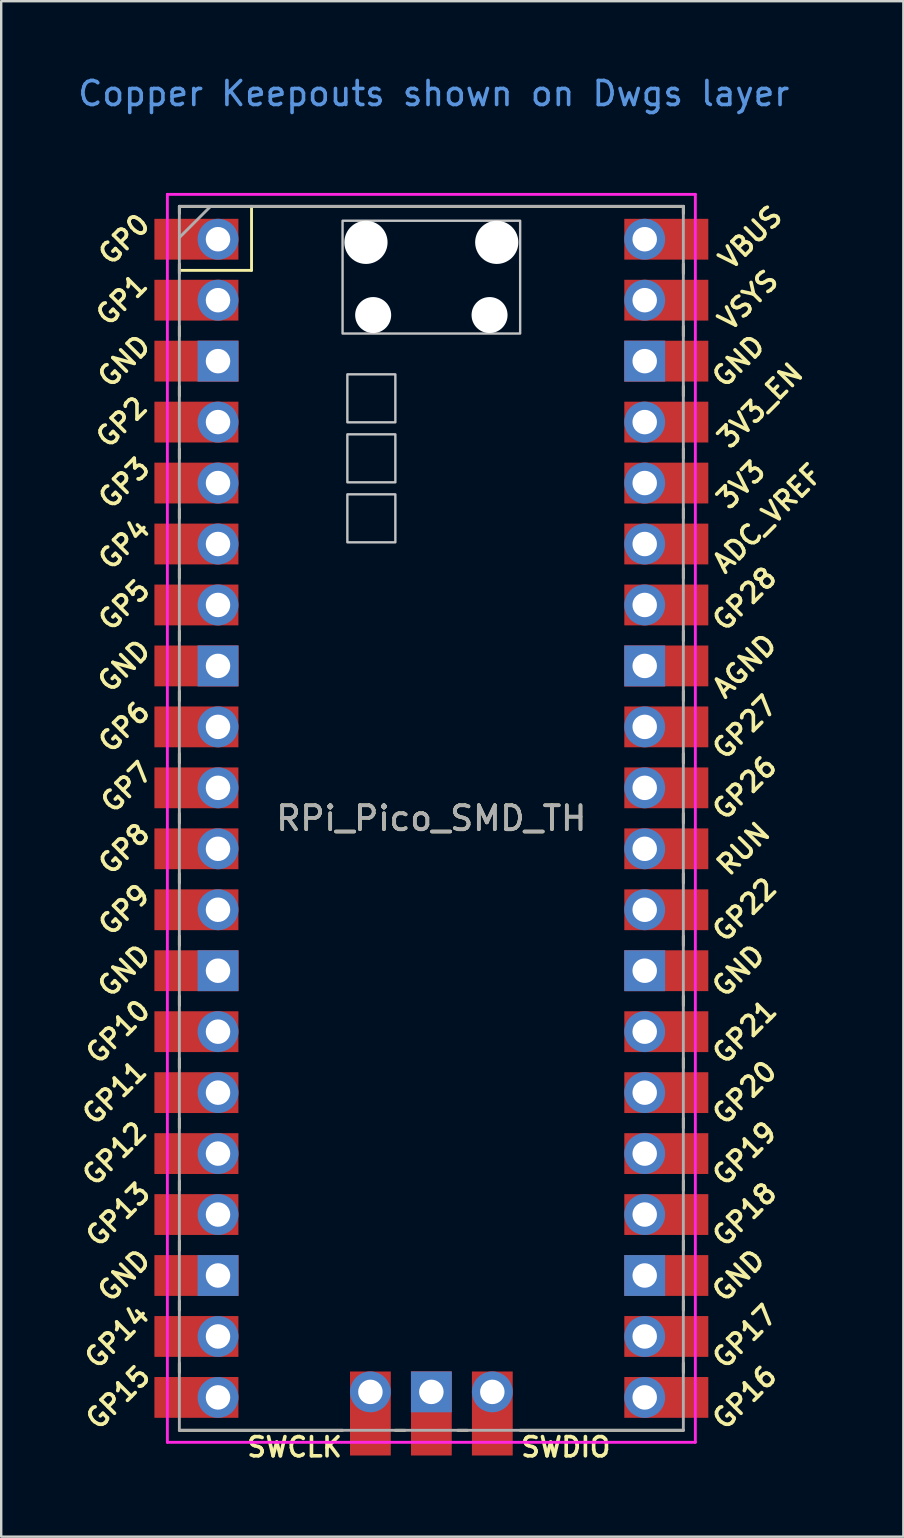
<source format=kicad_pcb>
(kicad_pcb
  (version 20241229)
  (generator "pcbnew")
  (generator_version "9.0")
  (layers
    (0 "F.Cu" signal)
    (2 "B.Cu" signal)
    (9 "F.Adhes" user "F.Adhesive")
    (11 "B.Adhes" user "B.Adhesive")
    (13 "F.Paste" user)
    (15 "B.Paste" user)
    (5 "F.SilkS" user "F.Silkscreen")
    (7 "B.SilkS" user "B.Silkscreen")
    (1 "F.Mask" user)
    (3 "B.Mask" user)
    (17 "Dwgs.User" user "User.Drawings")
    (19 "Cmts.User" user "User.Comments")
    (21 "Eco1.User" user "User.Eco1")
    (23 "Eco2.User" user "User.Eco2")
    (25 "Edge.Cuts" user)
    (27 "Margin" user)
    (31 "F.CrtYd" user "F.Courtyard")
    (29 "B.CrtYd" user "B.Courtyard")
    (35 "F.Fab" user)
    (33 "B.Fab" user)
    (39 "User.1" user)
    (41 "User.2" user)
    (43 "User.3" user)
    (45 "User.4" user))
  (footprint "RPi_Pico_SMD_TH"
    (layer "F.Cu")
    (at 14.924 31.048)
    (property "Reference" "RPi_Pico_SMD_TH" (at 0 0 0) (layer "F.SilkS") (effects (font (size 1 1) (thickness 0.15))))
    (attr through_hole)
    (fp_line (start -10.5 -25.5) (end -10.5 -25.2) (stroke (width 0.12) (type solid)) (layer "F.SilkS"))
    (fp_line (start -10.5 -25.5) (end 10.5 -25.5) (stroke (width 0.12) (type solid)) (layer "F.SilkS"))
    (fp_line (start -10.5 -23.1) (end -10.5 -22.7) (stroke (width 0.12) (type solid)) (layer "F.SilkS"))
    (fp_line (start -10.5 -22.833) (end -7.493 -22.833) (stroke (width 0.12) (type solid)) (layer "F.SilkS"))
    (fp_line (start -10.5 -20.5) (end -10.5 -20.1) (stroke (width 0.12) (type solid)) (layer "F.SilkS"))
    (fp_line (start -10.5 -18) (end -10.5 -17.6) (stroke (width 0.12) (type solid)) (layer "F.SilkS"))
    (fp_line (start -10.5 -15.4) (end -10.5 -15) (stroke (width 0.12) (type solid)) (layer "F.SilkS"))
    (fp_line (start -10.5 -12.9) (end -10.5 -12.5) (stroke (width 0.12) (type solid)) (layer "F.SilkS"))
    (fp_line (start -10.5 -10.4) (end -10.5 -10) (stroke (width 0.12) (type solid)) (layer "F.SilkS"))
    (fp_line (start -10.5 -7.8) (end -10.5 -7.4) (stroke (width 0.12) (type solid)) (layer "F.SilkS"))
    (fp_line (start -10.5 -5.3) (end -10.5 -4.9) (stroke (width 0.12) (type solid)) (layer "F.SilkS"))
    (fp_line (start -10.5 -2.7) (end -10.5 -2.3) (stroke (width 0.12) (type solid)) (layer "F.SilkS"))
    (fp_line (start -10.5 -0.2) (end -10.5 0.2) (stroke (width 0.12) (type solid)) (layer "F.SilkS"))
    (fp_line (start -10.5 2.3) (end -10.5 2.7) (stroke (width 0.12) (type solid)) (layer "F.SilkS"))
    (fp_line (start -10.5 4.9) (end -10.5 5.3) (stroke (width 0.12) (type solid)) (layer "F.SilkS"))
    (fp_line (start -10.5 7.4) (end -10.5 7.8) (stroke (width 0.12) (type solid)) (layer "F.SilkS"))
    (fp_line (start -10.5 10) (end -10.5 10.4) (stroke (width 0.12) (type solid)) (layer "F.SilkS"))
    (fp_line (start -10.5 12.5) (end -10.5 12.9) (stroke (width 0.12) (type solid)) (layer "F.SilkS"))
    (fp_line (start -10.5 15.1) (end -10.5 15.5) (stroke (width 0.12) (type solid)) (layer "F.SilkS"))
    (fp_line (start -10.5 17.6) (end -10.5 18) (stroke (width 0.12) (type solid)) (layer "F.SilkS"))
    (fp_line (start -10.5 20.1) (end -10.5 20.5) (stroke (width 0.12) (type solid)) (layer "F.SilkS"))
    (fp_line (start -10.5 22.7) (end -10.5 23.1) (stroke (width 0.12) (type solid)) (layer "F.SilkS"))
    (fp_line (start -7.493 -22.833) (end -7.493 -25.5) (stroke (width 0.12) (type solid)) (layer "F.SilkS"))
    (fp_line (start -3.7 25.5) (end -10.5 25.5) (stroke (width 0.12) (type solid)) (layer "F.SilkS"))
    (fp_line (start -1.5 25.5) (end -1.1 25.5) (stroke (width 0.12) (type solid)) (layer "F.SilkS"))
    (fp_line (start 1.1 25.5) (end 1.5 25.5) (stroke (width 0.12) (type solid)) (layer "F.SilkS"))
    (fp_line (start 10.5 -25.5) (end 10.5 -25.2) (stroke (width 0.12) (type solid)) (layer "F.SilkS"))
    (fp_line (start 10.5 -23.1) (end 10.5 -22.7) (stroke (width 0.12) (type solid)) (layer "F.SilkS"))
    (fp_line (start 10.5 -20.5) (end 10.5 -20.1) (stroke (width 0.12) (type solid)) (layer "F.SilkS"))
    (fp_line (start 10.5 -18) (end 10.5 -17.6) (stroke (width 0.12) (type solid)) (layer "F.SilkS"))
    (fp_line (start 10.5 -15.4) (end 10.5 -15) (stroke (width 0.12) (type solid)) (layer "F.SilkS"))
    (fp_line (start 10.5 -12.9) (end 10.5 -12.5) (stroke (width 0.12) (type solid)) (layer "F.SilkS"))
    (fp_line (start 10.5 -10.4) (end 10.5 -10) (stroke (width 0.12) (type solid)) (layer "F.SilkS"))
    (fp_line (start 10.5 -7.8) (end 10.5 -7.4) (stroke (width 0.12) (type solid)) (layer "F.SilkS"))
    (fp_line (start 10.5 -5.3) (end 10.5 -4.9) (stroke (width 0.12) (type solid)) (layer "F.SilkS"))
    (fp_line (start 10.5 -2.7) (end 10.5 -2.3) (stroke (width 0.12) (type solid)) (layer "F.SilkS"))
    (fp_line (start 10.5 -0.2) (end 10.5 0.2) (stroke (width 0.12) (type solid)) (layer "F.SilkS"))
    (fp_line (start 10.5 2.3) (end 10.5 2.7) (stroke (width 0.12) (type solid)) (layer "F.SilkS"))
    (fp_line (start 10.5 4.9) (end 10.5 5.3) (stroke (width 0.12) (type solid)) (layer "F.SilkS"))
    (fp_line (start 10.5 7.4) (end 10.5 7.8) (stroke (width 0.12) (type solid)) (layer "F.SilkS"))
    (fp_line (start 10.5 10) (end 10.5 10.4) (stroke (width 0.12) (type solid)) (layer "F.SilkS"))
    (fp_line (start 10.5 12.5) (end 10.5 12.9) (stroke (width 0.12) (type solid)) (layer "F.SilkS"))
    (fp_line (start 10.5 15.1) (end 10.5 15.5) (stroke (width 0.12) (type solid)) (layer "F.SilkS"))
    (fp_line (start 10.5 17.6) (end 10.5 18) (stroke (width 0.12) (type solid)) (layer "F.SilkS"))
    (fp_line (start 10.5 20.1) (end 10.5 20.5) (stroke (width 0.12) (type solid)) (layer "F.SilkS"))
    (fp_line (start 10.5 22.7) (end 10.5 23.1) (stroke (width 0.12) (type solid)) (layer "F.SilkS"))
    (fp_line (start 10.5 25.5) (end 3.7 25.5) (stroke (width 0.12) (type solid)) (layer "F.SilkS"))
    (fp_poly (pts (xy -1.5 -16.5) (xy -3.5 -16.5) (xy -3.5 -18.5) (xy -1.5 -18.5)) (stroke (width 0.1) (type solid)) (fill no) (layer "Dwgs.User"))
    (fp_poly (pts (xy -1.5 -14) (xy -3.5 -14) (xy -3.5 -16) (xy -1.5 -16)) (stroke (width 0.1) (type solid)) (fill no) (layer "Dwgs.User"))
    (fp_poly (pts (xy -1.5 -11.5) (xy -3.5 -11.5) (xy -3.5 -13.5) (xy -1.5 -13.5)) (stroke (width 0.1) (type solid)) (fill no) (layer "Dwgs.User"))
    (fp_poly (pts (xy 3.7 -20.2) (xy -3.7 -20.2) (xy -3.7 -24.9) (xy 3.7 -24.9)) (stroke (width 0.1) (type solid)) (fill no) (layer "Dwgs.User"))
    (fp_line (start -11 -26) (end 11 -26) (stroke (width 0.12) (type solid)) (layer "F.CrtYd"))
    (fp_line (start -11 26) (end -11 -26) (stroke (width 0.12) (type solid)) (layer "F.CrtYd"))
    (fp_line (start 11 -26) (end 11 26) (stroke (width 0.12) (type solid)) (layer "F.CrtYd"))
    (fp_line (start 11 26) (end -11 26) (stroke (width 0.12) (type solid)) (layer "F.CrtYd"))
    (fp_line (start -10.5 -25.5) (end 10.5 -25.5) (stroke (width 0.12) (type solid)) (layer "F.Fab"))
    (fp_line (start -10.5 -24.2) (end -9.2 -25.5) (stroke (width 0.12) (type solid)) (layer "F.Fab"))
    (fp_line (start -10.5 25.5) (end -10.5 -25.5) (stroke (width 0.12) (type solid)) (layer "F.Fab"))
    (fp_line (start 10.5 -25.5) (end 10.5 25.5) (stroke (width 0.12) (type solid)) (layer "F.Fab"))
    (fp_line (start 10.5 25.5) (end -10.5 25.5) (stroke (width 0.12) (type solid)) (layer "F.Fab"))
    (fp_text user "3V3_EN" (at 13.7 -17.2 45) (layer "F.SilkS") (effects (font (size 0.8 0.8) (thickness 0.15))))
    (fp_text user "GP26" (at 13.054 -1.27 45) (layer "F.SilkS") (effects (font (size 0.8 0.8) (thickness 0.15))))
    (fp_text user "GP20" (at 13.054 11.43 45) (layer "F.SilkS") (effects (font (size 0.8 0.8) (thickness 0.15))))
    (fp_text user "VSYS" (at 13.2 -21.59 45) (layer "F.SilkS") (effects (font (size 0.8 0.8) (thickness 0.15))))
    (fp_text user "VBUS" (at 13.3 -24.2 45) (layer "F.SilkS") (effects (font (size 0.8 0.8) (thickness 0.15))))
    (fp_text user "GP2" (at -12.9 -16.51 45) (layer "F.SilkS") (effects (font (size 0.8 0.8) (thickness 0.15))))
    (fp_text user "GP7" (at -12.7 -1.3 45) (layer "F.SilkS") (effects (font (size 0.8 0.8) (thickness 0.15))))
    (fp_text user "GP10" (at -13.054 8.89 45) (layer "F.SilkS") (effects (font (size 0.8 0.8) (thickness 0.15))))
    (fp_text user "GP0" (at -12.8 -24.13 45) (layer "F.SilkS") (effects (font (size 0.8 0.8) (thickness 0.15))))
    (fp_text user "GND" (at -12.8 6.35 45) (layer "F.SilkS") (effects (font (size 0.8 0.8) (thickness 0.15))))
    (fp_text user "GP3" (at -12.8 -13.97 45) (layer "F.SilkS") (effects (font (size 0.8 0.8) (thickness 0.15))))
    (fp_text user "ADC_VREF" (at 14 -12.5 45) (layer "F.SilkS") (effects (font (size 0.8 0.8) (thickness 0.15))))
    (fp_text user "GP1" (at -12.9 -21.6 45) (layer "F.SilkS") (effects (font (size 0.8 0.8) (thickness 0.15))))
    (fp_text user "GP12" (at -13.2 13.97 45) (layer "F.SilkS") (effects (font (size 0.8 0.8) (thickness 0.15))))
    (fp_text user "GP6" (at -12.8 -3.81 45) (layer "F.SilkS") (effects (font (size 0.8 0.8) (thickness 0.15))))
    (fp_text user "GP16" (at 13.054 24.13 45) (layer "F.SilkS") (effects (font (size 0.8 0.8) (thickness 0.15))))
    (fp_text user "GP21" (at 13.054 8.9 45) (layer "F.SilkS") (effects (font (size 0.8 0.8) (thickness 0.15))))
    (fp_text user "GND" (at -12.8 -6.35 45) (layer "F.SilkS") (effects (font (size 0.8 0.8) (thickness 0.15))))
    (fp_text user "GP18" (at 13.054 16.51 45) (layer "F.SilkS") (effects (font (size 0.8 0.8) (thickness 0.15))))
    (fp_text user "GP9" (at -12.8 3.81 45) (layer "F.SilkS") (effects (font (size 0.8 0.8) (thickness 0.15))))
    (fp_text user "GND" (at -12.8 -19.05 45) (layer "F.SilkS") (effects (font (size 0.8 0.8) (thickness 0.15))))
    (fp_text user "GND" (at -12.8 19.05 45) (layer "F.SilkS") (effects (font (size 0.8 0.8) (thickness 0.15))))
    (fp_text user "GP13" (at -13.054 16.51 45) (layer "F.SilkS") (effects (font (size 0.8 0.8) (thickness 0.15))))
    (fp_text user "GND" (at 12.8 19.05 45) (layer "F.SilkS") (effects (font (size 0.8 0.8) (thickness 0.15))))
    (fp_text user "GP27" (at 13.054 -3.8 45) (layer "F.SilkS") (effects (font (size 0.8 0.8) (thickness 0.15))))
    (fp_text user "GP4" (at -12.8 -11.43 45) (layer "F.SilkS") (effects (font (size 0.8 0.8) (thickness 0.15))))
    (fp_text user "AGND" (at 13.054 -6.35 45) (layer "F.SilkS") (effects (font (size 0.8 0.8) (thickness 0.15))))
    (fp_text user "GP22" (at 13.054 3.81 45) (layer "F.SilkS") (effects (font (size 0.8 0.8) (thickness 0.15))))
    (fp_text user "GP8" (at -12.8 1.27 45) (layer "F.SilkS") (effects (font (size 0.8 0.8) (thickness 0.15))))
    (fp_text user "RUN" (at 13 1.27 45) (layer "F.SilkS") (effects (font (size 0.8 0.8) (thickness 0.15))))
    (fp_text user "GND" (at 12.8 -19.05 45) (layer "F.SilkS") (effects (font (size 0.8 0.8) (thickness 0.15))))
    (fp_text user "GND" (at 12.8 6.35 45) (layer "F.SilkS") (effects (font (size 0.8 0.8) (thickness 0.15))))
    (fp_text user "GP28" (at 13.054 -9.144 45) (layer "F.SilkS") (effects (font (size 0.8 0.8) (thickness 0.15))))
    (fp_text user "GP17" (at 13.054 21.59 45) (layer "F.SilkS") (effects (font (size 0.8 0.8) (thickness 0.15))))
    (fp_text user "GP15" (at -13.054 24.13 45) (layer "F.SilkS") (effects (font (size 0.8 0.8) (thickness 0.15))))
    (fp_text user "SWCLK" (at -5.7 26.2 0) (layer "F.SilkS") (effects (font (size 0.8 0.8) (thickness 0.15))))
    (fp_text user "3V3" (at 12.9 -13.9 45) (layer "F.SilkS") (effects (font (size 0.8 0.8) (thickness 0.15))))
    (fp_text user "GP14" (at -13.1 21.59 45) (layer "F.SilkS") (effects (font (size 0.8 0.8) (thickness 0.15))))
    (fp_text user "GP11" (at -13.2 11.43 45) (layer "F.SilkS") (effects (font (size 0.8 0.8) (thickness 0.15))))
    (fp_text user "GP19" (at 13.054 13.97 45) (layer "F.SilkS") (effects (font (size 0.8 0.8) (thickness 0.15))))
    (fp_text user "GP5" (at -12.8 -8.89 45) (layer "F.SilkS") (effects (font (size 0.8 0.8) (thickness 0.15))))
    (fp_text user "SWDIO" (at 5.6 26.2 0) (layer "F.SilkS") (effects (font (size 0.8 0.8) (thickness 0.15))))
    (fp_text user "Copper Keepouts shown on Dwgs layer" (at 0.1 -30.2 0) (layer "Cmts.User") (effects (font (size 1 1) (thickness 0.15))))
    (fp_text user "${REFERENCE}" (at 0 0 180) (layer "F.Fab") (effects (font (size 1 1) (thickness 0.15))))
    (pad "" np_thru_hole oval (at -2.725 -24) (size 1.8 1.8) (drill 1.8) (layers "*.Cu" "*.Mask"))
    (pad "" np_thru_hole oval (at -2.425 -20.97) (size 1.5 1.5) (drill 1.5) (layers "*.Cu" "*.Mask"))
    (pad "" np_thru_hole oval (at 2.425 -20.97) (size 1.5 1.5) (drill 1.5) (layers "*.Cu" "*.Mask"))
    (pad "" np_thru_hole oval (at 2.725 -24) (size 1.8 1.8) (drill 1.8) (layers "*.Cu" "*.Mask"))
    (pad "1" thru_hole oval (at -8.89 -24.13) (size 1.7 1.7) (drill 1.02) (layers "*.Cu" "*.Mask"))
    (pad "1" smd rect (at -8.89 -24.13) (size 3.5 1.7) (drill (offset -0.9 0)) (layers "F.Cu" "F.Mask"))
    (pad "2" thru_hole oval (at -8.89 -21.59) (size 1.7 1.7) (drill 1.02) (layers "*.Cu" "*.Mask"))
    (pad "2" smd rect (at -8.89 -21.59) (size 3.5 1.7) (drill (offset -0.9 0)) (layers "F.Cu" "F.Mask"))
    (pad "3" thru_hole rect (at -8.89 -19.05) (size 1.7 1.7) (drill 1.02) (layers "*.Cu" "*.Mask"))
    (pad "3" smd rect (at -8.89 -19.05) (size 3.5 1.7) (drill (offset -0.9 0)) (layers "F.Cu" "F.Mask"))
    (pad "4" thru_hole oval (at -8.89 -16.51) (size 1.7 1.7) (drill 1.02) (layers "*.Cu" "*.Mask"))
    (pad "4" smd rect (at -8.89 -16.51) (size 3.5 1.7) (drill (offset -0.9 0)) (layers "F.Cu" "F.Mask"))
    (pad "5" thru_hole oval (at -8.89 -13.97) (size 1.7 1.7) (drill 1.02) (layers "*.Cu" "*.Mask"))
    (pad "5" smd rect (at -8.89 -13.97) (size 3.5 1.7) (drill (offset -0.9 0)) (layers "F.Cu" "F.Mask"))
    (pad "6" thru_hole oval (at -8.89 -11.43) (size 1.7 1.7) (drill 1.02) (layers "*.Cu" "*.Mask"))
    (pad "6" smd rect (at -8.89 -11.43) (size 3.5 1.7) (drill (offset -0.9 0)) (layers "F.Cu" "F.Mask"))
    (pad "7" thru_hole oval (at -8.89 -8.89) (size 1.7 1.7) (drill 1.02) (layers "*.Cu" "*.Mask"))
    (pad "7" smd rect (at -8.89 -8.89) (size 3.5 1.7) (drill (offset -0.9 0)) (layers "F.Cu" "F.Mask"))
    (pad "8" thru_hole rect (at -8.89 -6.35) (size 1.7 1.7) (drill 1.02) (layers "*.Cu" "*.Mask"))
    (pad "8" smd rect (at -8.89 -6.35) (size 3.5 1.7) (drill (offset -0.9 0)) (layers "F.Cu" "F.Mask"))
    (pad "9" thru_hole oval (at -8.89 -3.81) (size 1.7 1.7) (drill 1.02) (layers "*.Cu" "*.Mask"))
    (pad "9" smd rect (at -8.89 -3.81) (size 3.5 1.7) (drill (offset -0.9 0)) (layers "F.Cu" "F.Mask"))
    (pad "10" thru_hole oval (at -8.89 -1.27) (size 1.7 1.7) (drill 1.02) (layers "*.Cu" "*.Mask"))
    (pad "10" smd rect (at -8.89 -1.27) (size 3.5 1.7) (drill (offset -0.9 0)) (layers "F.Cu" "F.Mask"))
    (pad "11" thru_hole oval (at -8.89 1.27) (size 1.7 1.7) (drill 1.02) (layers "*.Cu" "*.Mask"))
    (pad "11" smd rect (at -8.89 1.27) (size 3.5 1.7) (drill (offset -0.9 0)) (layers "F.Cu" "F.Mask"))
    (pad "12" thru_hole oval (at -8.89 3.81) (size 1.7 1.7) (drill 1.02) (layers "*.Cu" "*.Mask"))
    (pad "12" smd rect (at -8.89 3.81) (size 3.5 1.7) (drill (offset -0.9 0)) (layers "F.Cu" "F.Mask"))
    (pad "13" thru_hole rect (at -8.89 6.35) (size 1.7 1.7) (drill 1.02) (layers "*.Cu" "*.Mask"))
    (pad "13" smd rect (at -8.89 6.35) (size 3.5 1.7) (drill (offset -0.9 0)) (layers "F.Cu" "F.Mask"))
    (pad "14" thru_hole oval (at -8.89 8.89) (size 1.7 1.7) (drill 1.02) (layers "*.Cu" "*.Mask"))
    (pad "14" smd rect (at -8.89 8.89) (size 3.5 1.7) (drill (offset -0.9 0)) (layers "F.Cu" "F.Mask"))
    (pad "15" thru_hole oval (at -8.89 11.43) (size 1.7 1.7) (drill 1.02) (layers "*.Cu" "*.Mask"))
    (pad "15" smd rect (at -8.89 11.43) (size 3.5 1.7) (drill (offset -0.9 0)) (layers "F.Cu" "F.Mask"))
    (pad "16" thru_hole oval (at -8.89 13.97) (size 1.7 1.7) (drill 1.02) (layers "*.Cu" "*.Mask"))
    (pad "16" smd rect (at -8.89 13.97) (size 3.5 1.7) (drill (offset -0.9 0)) (layers "F.Cu" "F.Mask"))
    (pad "17" thru_hole oval (at -8.89 16.51) (size 1.7 1.7) (drill 1.02) (layers "*.Cu" "*.Mask"))
    (pad "17" smd rect (at -8.89 16.51) (size 3.5 1.7) (drill (offset -0.9 0)) (layers "F.Cu" "F.Mask"))
    (pad "18" thru_hole rect (at -8.89 19.05) (size 1.7 1.7) (drill 1.02) (layers "*.Cu" "*.Mask"))
    (pad "18" smd rect (at -8.89 19.05) (size 3.5 1.7) (drill (offset -0.9 0)) (layers "F.Cu" "F.Mask"))
    (pad "19" thru_hole oval (at -8.89 21.59) (size 1.7 1.7) (drill 1.02) (layers "*.Cu" "*.Mask"))
    (pad "19" smd rect (at -8.89 21.59) (size 3.5 1.7) (drill (offset -0.9 0)) (layers "F.Cu" "F.Mask"))
    (pad "20" thru_hole oval (at -8.89 24.13) (size 1.7 1.7) (drill 1.02) (layers "*.Cu" "*.Mask"))
    (pad "20" smd rect (at -8.89 24.13) (size 3.5 1.7) (drill (offset -0.9 0)) (layers "F.Cu" "F.Mask"))
    (pad "21" thru_hole oval (at 8.89 24.13) (size 1.7 1.7) (drill 1.02) (layers "*.Cu" "*.Mask"))
    (pad "21" smd rect (at 8.89 24.13) (size 3.5 1.7) (drill (offset 0.9 0)) (layers "F.Cu" "F.Mask"))
    (pad "22" thru_hole oval (at 8.89 21.59) (size 1.7 1.7) (drill 1.02) (layers "*.Cu" "*.Mask"))
    (pad "22" smd rect (at 8.89 21.59) (size 3.5 1.7) (drill (offset 0.9 0)) (layers "F.Cu" "F.Mask"))
    (pad "23" thru_hole rect (at 8.89 19.05) (size 1.7 1.7) (drill 1.02) (layers "*.Cu" "*.Mask"))
    (pad "23" smd rect (at 8.89 19.05) (size 3.5 1.7) (drill (offset 0.9 0)) (layers "F.Cu" "F.Mask"))
    (pad "24" thru_hole oval (at 8.89 16.51) (size 1.7 1.7) (drill 1.02) (layers "*.Cu" "*.Mask"))
    (pad "24" smd rect (at 8.89 16.51) (size 3.5 1.7) (drill (offset 0.9 0)) (layers "F.Cu" "F.Mask"))
    (pad "25" thru_hole oval (at 8.89 13.97) (size 1.7 1.7) (drill 1.02) (layers "*.Cu" "*.Mask"))
    (pad "25" smd rect (at 8.89 13.97) (size 3.5 1.7) (drill (offset 0.9 0)) (layers "F.Cu" "F.Mask"))
    (pad "26" thru_hole oval (at 8.89 11.43) (size 1.7 1.7) (drill 1.02) (layers "*.Cu" "*.Mask"))
    (pad "26" smd rect (at 8.89 11.43) (size 3.5 1.7) (drill (offset 0.9 0)) (layers "F.Cu" "F.Mask"))
    (pad "27" thru_hole oval (at 8.89 8.89) (size 1.7 1.7) (drill 1.02) (layers "*.Cu" "*.Mask"))
    (pad "27" smd rect (at 8.89 8.89) (size 3.5 1.7) (drill (offset 0.9 0)) (layers "F.Cu" "F.Mask"))
    (pad "28" thru_hole rect (at 8.89 6.35) (size 1.7 1.7) (drill 1.02) (layers "*.Cu" "*.Mask"))
    (pad "28" smd rect (at 8.89 6.35) (size 3.5 1.7) (drill (offset 0.9 0)) (layers "F.Cu" "F.Mask"))
    (pad "29" thru_hole oval (at 8.89 3.81) (size 1.7 1.7) (drill 1.02) (layers "*.Cu" "*.Mask"))
    (pad "29" smd rect (at 8.89 3.81) (size 3.5 1.7) (drill (offset 0.9 0)) (layers "F.Cu" "F.Mask"))
    (pad "30" thru_hole oval (at 8.89 1.27) (size 1.7 1.7) (drill 1.02) (layers "*.Cu" "*.Mask"))
    (pad "30" smd rect (at 8.89 1.27) (size 3.5 1.7) (drill (offset 0.9 0)) (layers "F.Cu" "F.Mask"))
    (pad "31" thru_hole oval (at 8.89 -1.27) (size 1.7 1.7) (drill 1.02) (layers "*.Cu" "*.Mask"))
    (pad "31" smd rect (at 8.89 -1.27) (size 3.5 1.7) (drill (offset 0.9 0)) (layers "F.Cu" "F.Mask"))
    (pad "32" thru_hole oval (at 8.89 -3.81) (size 1.7 1.7) (drill 1.02) (layers "*.Cu" "*.Mask"))
    (pad "32" smd rect (at 8.89 -3.81) (size 3.5 1.7) (drill (offset 0.9 0)) (layers "F.Cu" "F.Mask"))
    (pad "33" thru_hole rect (at 8.89 -6.35) (size 1.7 1.7) (drill 1.02) (layers "*.Cu" "*.Mask"))
    (pad "33" smd rect (at 8.89 -6.35) (size 3.5 1.7) (drill (offset 0.9 0)) (layers "F.Cu" "F.Mask"))
    (pad "34" thru_hole oval (at 8.89 -8.89) (size 1.7 1.7) (drill 1.02) (layers "*.Cu" "*.Mask"))
    (pad "34" smd rect (at 8.89 -8.89) (size 3.5 1.7) (drill (offset 0.9 0)) (layers "F.Cu" "F.Mask"))
    (pad "35" thru_hole oval (at 8.89 -11.43) (size 1.7 1.7) (drill 1.02) (layers "*.Cu" "*.Mask"))
    (pad "35" smd rect (at 8.89 -11.43) (size 3.5 1.7) (drill (offset 0.9 0)) (layers "F.Cu" "F.Mask"))
    (pad "36" thru_hole oval (at 8.89 -13.97) (size 1.7 1.7) (drill 1.02) (layers "*.Cu" "*.Mask"))
    (pad "36" smd rect (at 8.89 -13.97) (size 3.5 1.7) (drill (offset 0.9 0)) (layers "F.Cu" "F.Mask"))
    (pad "37" thru_hole oval (at 8.89 -16.51) (size 1.7 1.7) (drill 1.02) (layers "*.Cu" "*.Mask"))
    (pad "37" smd rect (at 8.89 -16.51) (size 3.5 1.7) (drill (offset 0.9 0)) (layers "F.Cu" "F.Mask"))
    (pad "38" thru_hole rect (at 8.89 -19.05) (size 1.7 1.7) (drill 1.02) (layers "*.Cu" "*.Mask"))
    (pad "38" smd rect (at 8.89 -19.05) (size 3.5 1.7) (drill (offset 0.9 0)) (layers "F.Cu" "F.Mask"))
    (pad "39" thru_hole oval (at 8.89 -21.59) (size 1.7 1.7) (drill 1.02) (layers "*.Cu" "*.Mask"))
    (pad "39" smd rect (at 8.89 -21.59) (size 3.5 1.7) (drill (offset 0.9 0)) (layers "F.Cu" "F.Mask"))
    (pad "40" thru_hole oval (at 8.89 -24.13) (size 1.7 1.7) (drill 1.02) (layers "*.Cu" "*.Mask"))
    (pad "40" smd rect (at 8.89 -24.13) (size 3.5 1.7) (drill (offset 0.9 0)) (layers "F.Cu" "F.Mask"))
    (pad "41" thru_hole oval (at -2.54 23.9) (size 1.7 1.7) (drill 1.02) (layers "*.Cu" "*.Mask"))
    (pad "41" smd rect (at -2.54 23.9 90) (size 3.5 1.7) (drill (offset -0.9 0)) (layers "F.Cu" "F.Mask"))
    (pad "42" thru_hole rect (at 0 23.9) (size 1.7 1.7) (drill 1.02) (layers "*.Cu" "*.Mask"))
    (pad "42" smd rect (at 0 23.9 90) (size 3.5 1.7) (drill (offset -0.9 0)) (layers "F.Cu" "F.Mask"))
    (pad "43" thru_hole oval (at 2.54 23.9) (size 1.7 1.7) (drill 1.02) (layers "*.Cu" "*.Mask"))
    (pad "43" smd rect (at 2.54 23.9 90) (size 3.5 1.7) (drill (offset -0.9 0)) (layers "F.Cu" "F.Mask")))
  (gr_rect
    (start -3 -3)
    (end 34.591 60.98)
    (stroke (width 0.1) (type default))
    (fill no)
    (layer "Edge.Cuts")))
</source>
